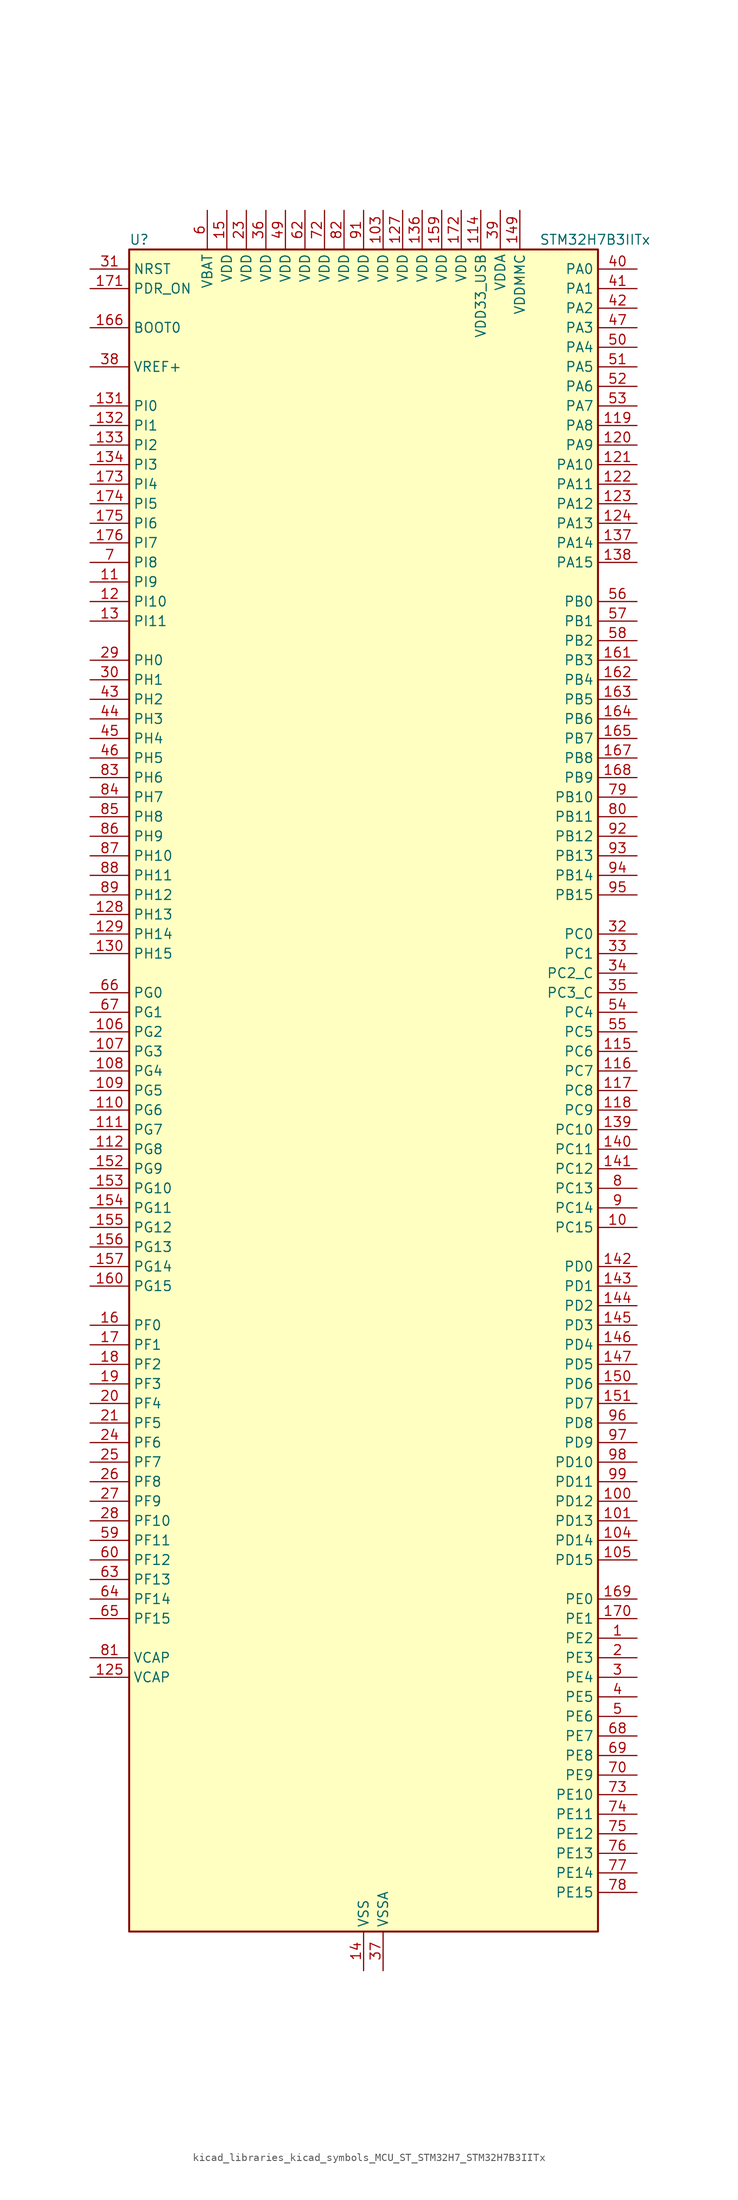
<source format=kicad_sym>
(kicad_symbol_lib
  (version 20220914)
  (generator kicad_symbol_editor)
  (symbol "kicad_libraries_kicad_symbols_MCU_ST_STM32H7_STM32H7B3IITx"
    (property "Reference" "U"
      (at -30.48 110.49 0)
      (effects (font (size 1.27 1.27)) (justify left)))
    (property "Value" "STM32H7B3IITx"
      (at 22.86 110.49 0)
      (effects (font (size 1.27 1.27)) (justify left)))
    (property "ki_locked" ""
      (at 0 0 0)
      (effects (font (size 1.27 1.27))))
    (symbol "kicad_libraries_kicad_symbols_MCU_ST_STM32H7_STM32H7B3IITx_0_1"
      (rectangle (start -30.48 -109.22) (end 30.48 109.22) (stroke (width 0.254) (type default)) (fill (type background))))
    (symbol "kicad_libraries_kicad_symbols_MCU_ST_STM32H7_STM32H7B3IITx_1_1"
      (pin bidirectional line (at 35.56 -71.12 180) (length 5.08) (name "PE2" (effects (font (size 1.27 1.27)))) (number "1" (effects (font (size 1.27 1.27)))) (alternate "DEBUG_TRACECLK" bidirectional line) (alternate "FMC_A23" bidirectional line) (alternate "OCTOSPIM_P1_IO2" bidirectional line) (alternate "SAI1_CK1" bidirectional line) (alternate "SAI1_MCLK_A" bidirectional line) (alternate "SPI4_SCK" bidirectional line) (alternate "USART10_RX" bidirectional line))
      (pin bidirectional line (at 35.56 -17.78 180) (length 5.08) (name "PC15" (effects (font (size 1.27 1.27)))) (number "10" (effects (font (size 1.27 1.27)))) (alternate "ADC1_EXTI15" bidirectional line) (alternate "ADC2_EXTI15" bidirectional line) (alternate "RCC_OSC32_OUT" bidirectional line))
      (pin bidirectional line (at 35.56 -53.34 180) (length 5.08) (name "PD12" (effects (font (size 1.27 1.27)))) (number "100" (effects (font (size 1.27 1.27)))) (alternate "DCMI_D12" bidirectional line) (alternate "FMC_A17" bidirectional line) (alternate "FMC_ALE" bidirectional line) (alternate "I2C4_SCL" bidirectional line) (alternate "LPTIM1_IN1" bidirectional line) (alternate "LPTIM2_IN1" bidirectional line) (alternate "OCTOSPIM_P1_IO1" bidirectional line) (alternate "PSSI_D12" bidirectional line) (alternate "SAI2_FS_A" bidirectional line) (alternate "TIM4_CH1" bidirectional line) (alternate "USART3_DE" bidirectional line) (alternate "USART3_RTS" bidirectional line))
      (pin bidirectional line (at 35.56 -55.88 180) (length 5.08) (name "PD13" (effects (font (size 1.27 1.27)))) (number "101" (effects (font (size 1.27 1.27)))) (alternate "DCMI_D13" bidirectional line) (alternate "FMC_A18" bidirectional line) (alternate "I2C4_SDA" bidirectional line) (alternate "LPTIM1_OUT" bidirectional line) (alternate "OCTOSPIM_P1_IO3" bidirectional line) (alternate "PSSI_D13" bidirectional line) (alternate "SAI2_SCK_A" bidirectional line) (alternate "TIM4_CH2" bidirectional line) (alternate "UART9_DE" bidirectional line) (alternate "UART9_RTS" bidirectional line))
      (pin passive line (at 0 -114.3 90) (length 5.08) hide (name "VSS" (effects (font (size 1.27 1.27)))) (number "102" (effects (font (size 1.27 1.27)))))
      (pin power_in line (at 2.54 114.3 270) (length 5.08) (name "VDD" (effects (font (size 1.27 1.27)))) (number "103" (effects (font (size 1.27 1.27)))))
      (pin bidirectional line (at 35.56 -58.42 180) (length 5.08) (name "PD14" (effects (font (size 1.27 1.27)))) (number "104" (effects (font (size 1.27 1.27)))) (alternate "FMC_D0" bidirectional line) (alternate "FMC_DA0" bidirectional line) (alternate "TIM4_CH3" bidirectional line) (alternate "UART8_CTS" bidirectional line) (alternate "UART9_RX" bidirectional line))
      (pin bidirectional line (at 35.56 -60.96 180) (length 5.08) (name "PD15" (effects (font (size 1.27 1.27)))) (number "105" (effects (font (size 1.27 1.27)))) (alternate "ADC1_EXTI15" bidirectional line) (alternate "ADC2_EXTI15" bidirectional line) (alternate "FMC_D1" bidirectional line) (alternate "FMC_DA1" bidirectional line) (alternate "TIM4_CH4" bidirectional line) (alternate "UART8_DE" bidirectional line) (alternate "UART8_RTS" bidirectional line) (alternate "UART9_TX" bidirectional line))
      (pin bidirectional line (at -35.56 7.62 0) (length 5.08) (name "PG2" (effects (font (size 1.27 1.27)))) (number "106" (effects (font (size 1.27 1.27)))) (alternate "FMC_A12" bidirectional line) (alternate "TIM8_BKIN" bidirectional line) (alternate "TIM8_BKIN_COMP1" bidirectional line) (alternate "TIM8_BKIN_COMP2" bidirectional line))
      (pin bidirectional line (at -35.56 5.08 0) (length 5.08) (name "PG3" (effects (font (size 1.27 1.27)))) (number "107" (effects (font (size 1.27 1.27)))) (alternate "FMC_A13" bidirectional line) (alternate "TIM8_BKIN2" bidirectional line) (alternate "TIM8_BKIN2_COMP1" bidirectional line) (alternate "TIM8_BKIN2_COMP2" bidirectional line))
      (pin bidirectional line (at -35.56 2.54 0) (length 5.08) (name "PG4" (effects (font (size 1.27 1.27)))) (number "108" (effects (font (size 1.27 1.27)))) (alternate "FMC_A14" bidirectional line) (alternate "FMC_BA0" bidirectional line) (alternate "TIM1_BKIN2" bidirectional line) (alternate "TIM1_BKIN2_COMP1" bidirectional line) (alternate "TIM1_BKIN2_COMP2" bidirectional line))
      (pin bidirectional line (at -35.56 0 0) (length 5.08) (name "PG5" (effects (font (size 1.27 1.27)))) (number "109" (effects (font (size 1.27 1.27)))) (alternate "FMC_A15" bidirectional line) (alternate "FMC_BA1" bidirectional line) (alternate "TIM1_ETR" bidirectional line))
      (pin bidirectional line (at -35.56 66.04 0) (length 5.08) (name "PI9" (effects (font (size 1.27 1.27)))) (number "11" (effects (font (size 1.27 1.27)))) (alternate "DAC1_EXTI9" bidirectional line) (alternate "FDCAN1_RX" bidirectional line) (alternate "FMC_D30" bidirectional line) (alternate "LTDC_VSYNC" bidirectional line) (alternate "OCTOSPIM_P2_IO0" bidirectional line) (alternate "UART4_RX" bidirectional line))
      (pin bidirectional line (at -35.56 -2.54 0) (length 5.08) (name "PG6" (effects (font (size 1.27 1.27)))) (number "110" (effects (font (size 1.27 1.27)))) (alternate "DCMI_D12" bidirectional line) (alternate "FMC_NE3" bidirectional line) (alternate "LTDC_R7" bidirectional line) (alternate "OCTOSPIM_P1_NCS" bidirectional line) (alternate "PSSI_D12" bidirectional line) (alternate "TIM17_BKIN" bidirectional line))
      (pin bidirectional line (at -35.56 -5.08 0) (length 5.08) (name "PG7" (effects (font (size 1.27 1.27)))) (number "111" (effects (font (size 1.27 1.27)))) (alternate "DCMI_D13" bidirectional line) (alternate "FMC_INT" bidirectional line) (alternate "LTDC_CLK" bidirectional line) (alternate "OCTOSPIM_P2_DQS" bidirectional line) (alternate "PSSI_D13" bidirectional line) (alternate "SAI1_MCLK_A" bidirectional line) (alternate "USART6_CK" bidirectional line))
      (pin bidirectional line (at -35.56 -7.62 0) (length 5.08) (name "PG8" (effects (font (size 1.27 1.27)))) (number "112" (effects (font (size 1.27 1.27)))) (alternate "FMC_SDCLK" bidirectional line) (alternate "I2S6_WS" bidirectional line) (alternate "LTDC_G7" bidirectional line) (alternate "SPDIFRX_IN2" bidirectional line) (alternate "SPI6_NSS" bidirectional line) (alternate "TIM8_ETR" bidirectional line) (alternate "USART6_DE" bidirectional line) (alternate "USART6_RTS" bidirectional line))
      (pin passive line (at 0 -114.3 90) (length 5.08) hide (name "VSS" (effects (font (size 1.27 1.27)))) (number "113" (effects (font (size 1.27 1.27)))))
      (pin power_in line (at 15.24 114.3 270) (length 5.08) (name "VDD33_USB" (effects (font (size 1.27 1.27)))) (number "114" (effects (font (size 1.27 1.27)))))
      (pin bidirectional line (at 35.56 5.08 180) (length 5.08) (name "PC6" (effects (font (size 1.27 1.27)))) (number "115" (effects (font (size 1.27 1.27)))) (alternate "DCMI_D0" bidirectional line) (alternate "DFSDM1_CKIN3" bidirectional line) (alternate "FMC_NWAIT" bidirectional line) (alternate "I2S2_MCK" bidirectional line) (alternate "LTDC_HSYNC" bidirectional line) (alternate "PSSI_D0" bidirectional line) (alternate "SDMMC1_D0DIR" bidirectional line) (alternate "SDMMC1_D6" bidirectional line) (alternate "SDMMC2_D6" bidirectional line) (alternate "SWPMI1_IO" bidirectional line) (alternate "TIM3_CH1" bidirectional line) (alternate "TIM8_CH1" bidirectional line) (alternate "USART6_TX" bidirectional line))
      (pin bidirectional line (at 35.56 2.54 180) (length 5.08) (name "PC7" (effects (font (size 1.27 1.27)))) (number "116" (effects (font (size 1.27 1.27)))) (alternate "DCMI_D1" bidirectional line) (alternate "DEBUG_TRGIO" bidirectional line) (alternate "DFSDM1_DATIN3" bidirectional line) (alternate "FMC_NE1" bidirectional line) (alternate "I2S3_MCK" bidirectional line) (alternate "LTDC_G6" bidirectional line) (alternate "PSSI_D1" bidirectional line) (alternate "SDMMC1_D123DIR" bidirectional line) (alternate "SDMMC1_D7" bidirectional line) (alternate "SDMMC2_D7" bidirectional line) (alternate "SWPMI1_TX" bidirectional line) (alternate "TIM3_CH2" bidirectional line) (alternate "TIM8_CH2" bidirectional line) (alternate "USART6_RX" bidirectional line))
      (pin bidirectional line (at 35.56 0 180) (length 5.08) (name "PC8" (effects (font (size 1.27 1.27)))) (number "117" (effects (font (size 1.27 1.27)))) (alternate "DCMI_D2" bidirectional line) (alternate "DEBUG_TRACED1" bidirectional line) (alternate "FMC_INT" bidirectional line) (alternate "FMC_NCE" bidirectional line) (alternate "FMC_NE2" bidirectional line) (alternate "PSSI_D2" bidirectional line) (alternate "SDMMC1_D0" bidirectional line) (alternate "SWPMI1_RX" bidirectional line) (alternate "TIM3_CH3" bidirectional line) (alternate "TIM8_CH3" bidirectional line) (alternate "UART5_DE" bidirectional line) (alternate "UART5_RTS" bidirectional line) (alternate "USART6_CK" bidirectional line))
      (pin bidirectional line (at 35.56 -2.54 180) (length 5.08) (name "PC9" (effects (font (size 1.27 1.27)))) (number "118" (effects (font (size 1.27 1.27)))) (alternate "DAC1_EXTI9" bidirectional line) (alternate "DCMI_D3" bidirectional line) (alternate "I2C3_SDA" bidirectional line) (alternate "I2S_CKIN" bidirectional line) (alternate "LTDC_B2" bidirectional line) (alternate "LTDC_G3" bidirectional line) (alternate "OCTOSPIM_P1_IO0" bidirectional line) (alternate "PSSI_D3" bidirectional line) (alternate "RCC_MCO_2" bidirectional line) (alternate "SDMMC1_D1" bidirectional line) (alternate "SWPMI1_SUSPEND" bidirectional line) (alternate "TIM3_CH4" bidirectional line) (alternate "TIM8_CH4" bidirectional line) (alternate "UART5_CTS" bidirectional line))
      (pin bidirectional line (at 35.56 86.36 180) (length 5.08) (name "PA8" (effects (font (size 1.27 1.27)))) (number "119" (effects (font (size 1.27 1.27)))) (alternate "I2C3_SCL" bidirectional line) (alternate "LTDC_B3" bidirectional line) (alternate "LTDC_R6" bidirectional line) (alternate "RCC_MCO_1" bidirectional line) (alternate "TIM1_CH1" bidirectional line) (alternate "TIM8_BKIN2" bidirectional line) (alternate "TIM8_BKIN2_COMP1" bidirectional line) (alternate "TIM8_BKIN2_COMP2" bidirectional line) (alternate "UART7_RX" bidirectional line) (alternate "USART1_CK" bidirectional line) (alternate "USB_OTG_HS_SOF" bidirectional line))
      (pin bidirectional line (at -35.56 63.5 0) (length 5.08) (name "PI10" (effects (font (size 1.27 1.27)))) (number "12" (effects (font (size 1.27 1.27)))) (alternate "FMC_D31" bidirectional line) (alternate "LTDC_HSYNC" bidirectional line) (alternate "OCTOSPIM_P2_IO1" bidirectional line) (alternate "PSSI_D14" bidirectional line))
      (pin bidirectional line (at 35.56 83.82 180) (length 5.08) (name "PA9" (effects (font (size 1.27 1.27)))) (number "120" (effects (font (size 1.27 1.27)))) (alternate "DAC1_EXTI9" bidirectional line) (alternate "DCMI_D0" bidirectional line) (alternate "I2C3_SMBA" bidirectional line) (alternate "I2S2_CK" bidirectional line) (alternate "LPUART1_TX" bidirectional line) (alternate "LTDC_R5" bidirectional line) (alternate "PSSI_D0" bidirectional line) (alternate "SPI2_SCK" bidirectional line) (alternate "TIM1_CH2" bidirectional line) (alternate "USART1_TX" bidirectional line) (alternate "USB_OTG_HS_VBUS" bidirectional line))
      (pin bidirectional line (at 35.56 81.28 180) (length 5.08) (name "PA10" (effects (font (size 1.27 1.27)))) (number "121" (effects (font (size 1.27 1.27)))) (alternate "DCMI_D1" bidirectional line) (alternate "LPUART1_RX" bidirectional line) (alternate "LTDC_B1" bidirectional line) (alternate "LTDC_B4" bidirectional line) (alternate "MDIOS_MDIO" bidirectional line) (alternate "PSSI_D1" bidirectional line) (alternate "TIM1_CH3" bidirectional line) (alternate "USART1_RX" bidirectional line) (alternate "USB_OTG_HS_ID" bidirectional line))
      (pin bidirectional line (at 35.56 78.74 180) (length 5.08) (name "PA11" (effects (font (size 1.27 1.27)))) (number "122" (effects (font (size 1.27 1.27)))) (alternate "ADC1_EXTI11" bidirectional line) (alternate "ADC2_EXTI11" bidirectional line) (alternate "FDCAN1_RX" bidirectional line) (alternate "I2S2_WS" bidirectional line) (alternate "LPUART1_CTS" bidirectional line) (alternate "LTDC_R4" bidirectional line) (alternate "SPI2_NSS" bidirectional line) (alternate "TIM1_CH4" bidirectional line) (alternate "UART4_RX" bidirectional line) (alternate "USART1_CTS" bidirectional line) (alternate "USART1_NSS" bidirectional line) (alternate "USB_OTG_HS_DM" bidirectional line))
      (pin bidirectional line (at 35.56 76.2 180) (length 5.08) (name "PA12" (effects (font (size 1.27 1.27)))) (number "123" (effects (font (size 1.27 1.27)))) (alternate "FDCAN1_TX" bidirectional line) (alternate "I2S2_CK" bidirectional line) (alternate "LPUART1_DE" bidirectional line) (alternate "LPUART1_RTS" bidirectional line) (alternate "LTDC_R5" bidirectional line) (alternate "SAI2_FS_B" bidirectional line) (alternate "SPI2_SCK" bidirectional line) (alternate "TIM1_ETR" bidirectional line) (alternate "UART4_TX" bidirectional line) (alternate "USART1_DE" bidirectional line) (alternate "USART1_RTS" bidirectional line) (alternate "USB_OTG_HS_DP" bidirectional line))
      (pin bidirectional line (at 35.56 73.66 180) (length 5.08) (name "PA13" (effects (font (size 1.27 1.27)))) (number "124" (effects (font (size 1.27 1.27)))) (alternate "DEBUG_JTMS-SWDIO" bidirectional line))
      (pin power_out line (at -35.56 -76.2 0) (length 5.08) (name "VCAP" (effects (font (size 1.27 1.27)))) (number "125" (effects (font (size 1.27 1.27)))))
      (pin passive line (at 0 -114.3 90) (length 5.08) hide (name "VSS" (effects (font (size 1.27 1.27)))) (number "126" (effects (font (size 1.27 1.27)))))
      (pin power_in line (at 5.08 114.3 270) (length 5.08) (name "VDD" (effects (font (size 1.27 1.27)))) (number "127" (effects (font (size 1.27 1.27)))))
      (pin bidirectional line (at -35.56 22.86 0) (length 5.08) (name "PH13" (effects (font (size 1.27 1.27)))) (number "128" (effects (font (size 1.27 1.27)))) (alternate "FDCAN1_TX" bidirectional line) (alternate "FMC_D21" bidirectional line) (alternate "LTDC_G2" bidirectional line) (alternate "TIM8_CH1N" bidirectional line) (alternate "UART4_TX" bidirectional line))
      (pin bidirectional line (at -35.56 20.32 0) (length 5.08) (name "PH14" (effects (font (size 1.27 1.27)))) (number "129" (effects (font (size 1.27 1.27)))) (alternate "DCMI_D4" bidirectional line) (alternate "FDCAN1_RX" bidirectional line) (alternate "FMC_D22" bidirectional line) (alternate "LTDC_G3" bidirectional line) (alternate "PSSI_D4" bidirectional line) (alternate "TIM8_CH2N" bidirectional line) (alternate "UART4_RX" bidirectional line))
      (pin bidirectional line (at -35.56 60.96 0) (length 5.08) (name "PI11" (effects (font (size 1.27 1.27)))) (number "13" (effects (font (size 1.27 1.27)))) (alternate "ADC1_EXTI11" bidirectional line) (alternate "ADC2_EXTI11" bidirectional line) (alternate "LTDC_G6" bidirectional line) (alternate "OCTOSPIM_P2_IO2" bidirectional line) (alternate "PSSI_D15" bidirectional line) (alternate "PWR_WKUP5" bidirectional line) (alternate "USB_OTG_HS_ULPI_DIR" bidirectional line))
      (pin bidirectional line (at -35.56 17.78 0) (length 5.08) (name "PH15" (effects (font (size 1.27 1.27)))) (number "130" (effects (font (size 1.27 1.27)))) (alternate "ADC1_EXTI15" bidirectional line) (alternate "ADC2_EXTI15" bidirectional line) (alternate "DCMI_D11" bidirectional line) (alternate "FMC_D23" bidirectional line) (alternate "LTDC_G4" bidirectional line) (alternate "PSSI_D11" bidirectional line) (alternate "TIM8_CH3N" bidirectional line))
      (pin bidirectional line (at -35.56 88.9 0) (length 5.08) (name "PI0" (effects (font (size 1.27 1.27)))) (number "131" (effects (font (size 1.27 1.27)))) (alternate "DCMI_D13" bidirectional line) (alternate "FMC_D24" bidirectional line) (alternate "I2S2_WS" bidirectional line) (alternate "LTDC_G5" bidirectional line) (alternate "PSSI_D13" bidirectional line) (alternate "SPI2_NSS" bidirectional line) (alternate "TIM5_CH4" bidirectional line))
      (pin bidirectional line (at -35.56 86.36 0) (length 5.08) (name "PI1" (effects (font (size 1.27 1.27)))) (number "132" (effects (font (size 1.27 1.27)))) (alternate "DCMI_D8" bidirectional line) (alternate "FMC_D25" bidirectional line) (alternate "I2S2_CK" bidirectional line) (alternate "LTDC_G6" bidirectional line) (alternate "PSSI_D8" bidirectional line) (alternate "SPI2_SCK" bidirectional line) (alternate "TIM8_BKIN2" bidirectional line) (alternate "TIM8_BKIN2_COMP1" bidirectional line) (alternate "TIM8_BKIN2_COMP2" bidirectional line))
      (pin bidirectional line (at -35.56 83.82 0) (length 5.08) (name "PI2" (effects (font (size 1.27 1.27)))) (number "133" (effects (font (size 1.27 1.27)))) (alternate "DCMI_D9" bidirectional line) (alternate "FMC_D26" bidirectional line) (alternate "I2S2_SDI" bidirectional line) (alternate "LTDC_G7" bidirectional line) (alternate "PSSI_D9" bidirectional line) (alternate "SPI2_MISO" bidirectional line) (alternate "TIM8_CH4" bidirectional line))
      (pin bidirectional line (at -35.56 81.28 0) (length 5.08) (name "PI3" (effects (font (size 1.27 1.27)))) (number "134" (effects (font (size 1.27 1.27)))) (alternate "DCMI_D10" bidirectional line) (alternate "FMC_D27" bidirectional line) (alternate "I2S2_SDO" bidirectional line) (alternate "PSSI_D10" bidirectional line) (alternate "SPI2_MOSI" bidirectional line) (alternate "TIM8_ETR" bidirectional line))
      (pin passive line (at 0 -114.3 90) (length 5.08) hide (name "VSS" (effects (font (size 1.27 1.27)))) (number "135" (effects (font (size 1.27 1.27)))))
      (pin power_in line (at 7.62 114.3 270) (length 5.08) (name "VDD" (effects (font (size 1.27 1.27)))) (number "136" (effects (font (size 1.27 1.27)))))
      (pin bidirectional line (at 35.56 71.12 180) (length 5.08) (name "PA14" (effects (font (size 1.27 1.27)))) (number "137" (effects (font (size 1.27 1.27)))) (alternate "DEBUG_JTCK-SWCLK" bidirectional line))
      (pin bidirectional line (at 35.56 68.58 180) (length 5.08) (name "PA15" (effects (font (size 1.27 1.27)))) (number "138" (effects (font (size 1.27 1.27)))) (alternate "ADC1_EXTI15" bidirectional line) (alternate "ADC2_EXTI15" bidirectional line) (alternate "CEC" bidirectional line) (alternate "DEBUG_JTDI" bidirectional line) (alternate "I2S1_WS" bidirectional line) (alternate "I2S3_WS" bidirectional line) (alternate "I2S6_WS" bidirectional line) (alternate "LTDC_B6" bidirectional line) (alternate "LTDC_R3" bidirectional line) (alternate "SPI1_NSS" bidirectional line) (alternate "SPI3_NSS" bidirectional line) (alternate "SPI6_NSS" bidirectional line) (alternate "TIM2_CH1" bidirectional line) (alternate "TIM2_ETR" bidirectional line) (alternate "UART4_DE" bidirectional line) (alternate "UART4_RTS" bidirectional line) (alternate "UART7_TX" bidirectional line))
      (pin bidirectional line (at 35.56 -5.08 180) (length 5.08) (name "PC10" (effects (font (size 1.27 1.27)))) (number "139" (effects (font (size 1.27 1.27)))) (alternate "DCMI_D8" bidirectional line) (alternate "DFSDM1_CKIN5" bidirectional line) (alternate "DFSDM2_CKIN0" bidirectional line) (alternate "I2S3_CK" bidirectional line) (alternate "LTDC_B1" bidirectional line) (alternate "LTDC_R2" bidirectional line) (alternate "OCTOSPIM_P1_IO1" bidirectional line) (alternate "PSSI_D8" bidirectional line) (alternate "SDMMC1_D2" bidirectional line) (alternate "SPI3_SCK" bidirectional line) (alternate "SWPMI1_RX" bidirectional line) (alternate "UART4_TX" bidirectional line) (alternate "USART3_TX" bidirectional line))
      (pin power_in line (at 0 -114.3 90) (length 5.08) (name "VSS" (effects (font (size 1.27 1.27)))) (number "14" (effects (font (size 1.27 1.27)))))
      (pin bidirectional line (at 35.56 -7.62 180) (length 5.08) (name "PC11" (effects (font (size 1.27 1.27)))) (number "140" (effects (font (size 1.27 1.27)))) (alternate "ADC1_EXTI11" bidirectional line) (alternate "ADC2_EXTI11" bidirectional line) (alternate "DCMI_D4" bidirectional line) (alternate "DFSDM1_DATIN5" bidirectional line) (alternate "DFSDM2_DATIN0" bidirectional line) (alternate "I2S3_SDI" bidirectional line) (alternate "LTDC_B4" bidirectional line) (alternate "OCTOSPIM_P1_NCS" bidirectional line) (alternate "PSSI_D4" bidirectional line) (alternate "SDMMC1_D3" bidirectional line) (alternate "SPI3_MISO" bidirectional line) (alternate "UART4_RX" bidirectional line) (alternate "USART3_RX" bidirectional line))
      (pin bidirectional line (at 35.56 -10.16 180) (length 5.08) (name "PC12" (effects (font (size 1.27 1.27)))) (number "141" (effects (font (size 1.27 1.27)))) (alternate "DCMI_D9" bidirectional line) (alternate "DEBUG_TRACED3" bidirectional line) (alternate "DFSDM2_CKOUT" bidirectional line) (alternate "I2S3_SDO" bidirectional line) (alternate "I2S6_CK" bidirectional line) (alternate "LTDC_R6" bidirectional line) (alternate "PSSI_D9" bidirectional line) (alternate "SDMMC1_CK" bidirectional line) (alternate "SPI3_MOSI" bidirectional line) (alternate "SPI6_SCK" bidirectional line) (alternate "TIM15_CH1" bidirectional line) (alternate "UART5_TX" bidirectional line) (alternate "USART3_CK" bidirectional line))
      (pin bidirectional line (at 35.56 -22.86 180) (length 5.08) (name "PD0" (effects (font (size 1.27 1.27)))) (number "142" (effects (font (size 1.27 1.27)))) (alternate "DFSDM1_CKIN6" bidirectional line) (alternate "FDCAN1_RX" bidirectional line) (alternate "FMC_D2" bidirectional line) (alternate "FMC_DA2" bidirectional line) (alternate "LTDC_B1" bidirectional line) (alternate "UART4_RX" bidirectional line) (alternate "UART9_CTS" bidirectional line))
      (pin bidirectional line (at 35.56 -25.4 180) (length 5.08) (name "PD1" (effects (font (size 1.27 1.27)))) (number "143" (effects (font (size 1.27 1.27)))) (alternate "DFSDM1_DATIN6" bidirectional line) (alternate "FDCAN1_TX" bidirectional line) (alternate "FMC_D3" bidirectional line) (alternate "FMC_DA3" bidirectional line) (alternate "UART4_TX" bidirectional line))
      (pin bidirectional line (at 35.56 -27.94 180) (length 5.08) (name "PD2" (effects (font (size 1.27 1.27)))) (number "144" (effects (font (size 1.27 1.27)))) (alternate "DCMI_D11" bidirectional line) (alternate "DEBUG_TRACED2" bidirectional line) (alternate "LTDC_B2" bidirectional line) (alternate "LTDC_B7" bidirectional line) (alternate "PSSI_D11" bidirectional line) (alternate "SDMMC1_CMD" bidirectional line) (alternate "TIM15_BKIN" bidirectional line) (alternate "TIM3_ETR" bidirectional line) (alternate "UART5_RX" bidirectional line))
      (pin bidirectional line (at 35.56 -30.48 180) (length 5.08) (name "PD3" (effects (font (size 1.27 1.27)))) (number "145" (effects (font (size 1.27 1.27)))) (alternate "DCMI_D5" bidirectional line) (alternate "DFSDM1_CKOUT" bidirectional line) (alternate "FMC_CLK" bidirectional line) (alternate "I2S2_CK" bidirectional line) (alternate "LTDC_G7" bidirectional line) (alternate "PSSI_D5" bidirectional line) (alternate "SPI2_SCK" bidirectional line) (alternate "USART2_CTS" bidirectional line) (alternate "USART2_NSS" bidirectional line))
      (pin bidirectional line (at 35.56 -33.02 180) (length 5.08) (name "PD4" (effects (font (size 1.27 1.27)))) (number "146" (effects (font (size 1.27 1.27)))) (alternate "FMC_NOE" bidirectional line) (alternate "OCTOSPIM_P1_IO4" bidirectional line) (alternate "USART2_DE" bidirectional line) (alternate "USART2_RTS" bidirectional line))
      (pin bidirectional line (at 35.56 -35.56 180) (length 5.08) (name "PD5" (effects (font (size 1.27 1.27)))) (number "147" (effects (font (size 1.27 1.27)))) (alternate "FMC_NWE" bidirectional line) (alternate "OCTOSPIM_P1_IO5" bidirectional line) (alternate "USART2_TX" bidirectional line))
      (pin passive line (at 0 -114.3 90) (length 5.08) hide (name "VSS" (effects (font (size 1.27 1.27)))) (number "148" (effects (font (size 1.27 1.27)))))
      (pin power_in line (at 20.32 114.3 270) (length 5.08) (name "VDDMMC" (effects (font (size 1.27 1.27)))) (number "149" (effects (font (size 1.27 1.27)))))
      (pin power_in line (at -17.78 114.3 270) (length 5.08) (name "VDD" (effects (font (size 1.27 1.27)))) (number "15" (effects (font (size 1.27 1.27)))))
      (pin bidirectional line (at 35.56 -38.1 180) (length 5.08) (name "PD6" (effects (font (size 1.27 1.27)))) (number "150" (effects (font (size 1.27 1.27)))) (alternate "DCMI_D10" bidirectional line) (alternate "DFSDM1_CKIN4" bidirectional line) (alternate "DFSDM1_DATIN1" bidirectional line) (alternate "FMC_NWAIT" bidirectional line) (alternate "I2S3_SDO" bidirectional line) (alternate "LTDC_B2" bidirectional line) (alternate "OCTOSPIM_P1_IO6" bidirectional line) (alternate "PSSI_D10" bidirectional line) (alternate "SAI1_D1" bidirectional line) (alternate "SAI1_SD_A" bidirectional line) (alternate "SDMMC2_CK" bidirectional line) (alternate "SPI3_MOSI" bidirectional line) (alternate "USART2_RX" bidirectional line))
      (pin bidirectional line (at 35.56 -40.64 180) (length 5.08) (name "PD7" (effects (font (size 1.27 1.27)))) (number "151" (effects (font (size 1.27 1.27)))) (alternate "DFSDM1_CKIN1" bidirectional line) (alternate "DFSDM1_DATIN4" bidirectional line) (alternate "FMC_NE1" bidirectional line) (alternate "I2S1_SDO" bidirectional line) (alternate "OCTOSPIM_P1_IO7" bidirectional line) (alternate "SDMMC2_CMD" bidirectional line) (alternate "SPDIFRX_IN0" bidirectional line) (alternate "SPI1_MOSI" bidirectional line) (alternate "USART2_CK" bidirectional line))
      (pin bidirectional line (at -35.56 -10.16 0) (length 5.08) (name "PG9" (effects (font (size 1.27 1.27)))) (number "152" (effects (font (size 1.27 1.27)))) (alternate "DAC1_EXTI9" bidirectional line) (alternate "DCMI_VSYNC" bidirectional line) (alternate "FMC_NCE" bidirectional line) (alternate "FMC_NE2" bidirectional line) (alternate "I2S1_SDI" bidirectional line) (alternate "OCTOSPIM_P1_IO6" bidirectional line) (alternate "PSSI_RDY" bidirectional line) (alternate "SAI2_FS_B" bidirectional line) (alternate "SDMMC2_D0" bidirectional line) (alternate "SPDIFRX_IN3" bidirectional line) (alternate "SPI1_MISO" bidirectional line) (alternate "USART6_RX" bidirectional line))
      (pin bidirectional line (at -35.56 -12.7 0) (length 5.08) (name "PG10" (effects (font (size 1.27 1.27)))) (number "153" (effects (font (size 1.27 1.27)))) (alternate "DCMI_D2" bidirectional line) (alternate "FMC_NE3" bidirectional line) (alternate "I2S1_WS" bidirectional line) (alternate "LTDC_B2" bidirectional line) (alternate "LTDC_G3" bidirectional line) (alternate "OCTOSPIM_P2_IO6" bidirectional line) (alternate "PSSI_D2" bidirectional line) (alternate "SAI2_SD_B" bidirectional line) (alternate "SDMMC2_D1" bidirectional line) (alternate "SPI1_NSS" bidirectional line))
      (pin bidirectional line (at -35.56 -15.24 0) (length 5.08) (name "PG11" (effects (font (size 1.27 1.27)))) (number "154" (effects (font (size 1.27 1.27)))) (alternate "ADC1_EXTI11" bidirectional line) (alternate "ADC2_EXTI11" bidirectional line) (alternate "DCMI_D3" bidirectional line) (alternate "I2S1_CK" bidirectional line) (alternate "LPTIM1_IN2" bidirectional line) (alternate "LTDC_B3" bidirectional line) (alternate "OCTOSPIM_P2_IO7" bidirectional line) (alternate "PSSI_D3" bidirectional line) (alternate "SDMMC2_D2" bidirectional line) (alternate "SPDIFRX_IN0" bidirectional line) (alternate "SPI1_SCK" bidirectional line) (alternate "USART10_RX" bidirectional line))
      (pin bidirectional line (at -35.56 -17.78 0) (length 5.08) (name "PG12" (effects (font (size 1.27 1.27)))) (number "155" (effects (font (size 1.27 1.27)))) (alternate "FMC_NE4" bidirectional line) (alternate "I2S6_SDI" bidirectional line) (alternate "LPTIM1_IN1" bidirectional line) (alternate "LTDC_B1" bidirectional line) (alternate "LTDC_B4" bidirectional line) (alternate "OCTOSPIM_P2_NCS" bidirectional line) (alternate "SDMMC2_D3" bidirectional line) (alternate "SPDIFRX_IN1" bidirectional line) (alternate "SPI6_MISO" bidirectional line) (alternate "USART10_TX" bidirectional line) (alternate "USART6_DE" bidirectional line) (alternate "USART6_RTS" bidirectional line))
      (pin bidirectional line (at -35.56 -20.32 0) (length 5.08) (name "PG13" (effects (font (size 1.27 1.27)))) (number "156" (effects (font (size 1.27 1.27)))) (alternate "DEBUG_TRACED0" bidirectional line) (alternate "FMC_A24" bidirectional line) (alternate "I2S6_CK" bidirectional line) (alternate "LPTIM1_OUT" bidirectional line) (alternate "LTDC_R0" bidirectional line) (alternate "SDMMC2_D6" bidirectional line) (alternate "SPI6_SCK" bidirectional line) (alternate "USART10_CTS" bidirectional line) (alternate "USART10_NSS" bidirectional line) (alternate "USART6_CTS" bidirectional line) (alternate "USART6_NSS" bidirectional line))
      (pin bidirectional line (at -35.56 -22.86 0) (length 5.08) (name "PG14" (effects (font (size 1.27 1.27)))) (number "157" (effects (font (size 1.27 1.27)))) (alternate "DEBUG_TRACED1" bidirectional line) (alternate "FMC_A25" bidirectional line) (alternate "I2S6_SDO" bidirectional line) (alternate "LPTIM1_ETR" bidirectional line) (alternate "LTDC_B0" bidirectional line) (alternate "OCTOSPIM_P1_IO7" bidirectional line) (alternate "SDMMC2_D7" bidirectional line) (alternate "SPI6_MOSI" bidirectional line) (alternate "USART10_DE" bidirectional line) (alternate "USART10_RTS" bidirectional line) (alternate "USART6_TX" bidirectional line))
      (pin passive line (at 0 -114.3 90) (length 5.08) hide (name "VSS" (effects (font (size 1.27 1.27)))) (number "158" (effects (font (size 1.27 1.27)))))
      (pin power_in line (at 10.16 114.3 270) (length 5.08) (name "VDD" (effects (font (size 1.27 1.27)))) (number "159" (effects (font (size 1.27 1.27)))))
      (pin bidirectional line (at -35.56 -30.48 0) (length 5.08) (name "PF0" (effects (font (size 1.27 1.27)))) (number "16" (effects (font (size 1.27 1.27)))) (alternate "FMC_A0" bidirectional line) (alternate "I2C2_SDA" bidirectional line) (alternate "OCTOSPIM_P2_IO0" bidirectional line))
      (pin bidirectional line (at -35.56 -25.4 0) (length 5.08) (name "PG15" (effects (font (size 1.27 1.27)))) (number "160" (effects (font (size 1.27 1.27)))) (alternate "ADC1_EXTI15" bidirectional line) (alternate "ADC2_EXTI15" bidirectional line) (alternate "DCMI_D13" bidirectional line) (alternate "FMC_SDNCAS" bidirectional line) (alternate "OCTOSPIM_P2_DQS" bidirectional line) (alternate "PSSI_D13" bidirectional line) (alternate "USART10_CK" bidirectional line) (alternate "USART6_CTS" bidirectional line) (alternate "USART6_NSS" bidirectional line))
      (pin bidirectional line (at 35.56 55.88 180) (length 5.08) (name "PB3" (effects (font (size 1.27 1.27)))) (number "161" (effects (font (size 1.27 1.27)))) (alternate "CRS_SYNC" bidirectional line) (alternate "DEBUG_JTDO-SWO" bidirectional line) (alternate "I2S1_CK" bidirectional line) (alternate "I2S3_CK" bidirectional line) (alternate "I2S6_CK" bidirectional line) (alternate "SDMMC2_D2" bidirectional line) (alternate "SPI1_SCK" bidirectional line) (alternate "SPI3_SCK" bidirectional line) (alternate "SPI6_SCK" bidirectional line) (alternate "TIM2_CH2" bidirectional line) (alternate "UART7_RX" bidirectional line))
      (pin bidirectional line (at 35.56 53.34 180) (length 5.08) (name "PB4" (effects (font (size 1.27 1.27)))) (number "162" (effects (font (size 1.27 1.27)))) (alternate "DEBUG_JTRST" bidirectional line) (alternate "I2S1_SDI" bidirectional line) (alternate "I2S2_WS" bidirectional line) (alternate "I2S3_SDI" bidirectional line) (alternate "I2S6_SDI" bidirectional line) (alternate "SDMMC2_D3" bidirectional line) (alternate "SPI1_MISO" bidirectional line) (alternate "SPI2_NSS" bidirectional line) (alternate "SPI3_MISO" bidirectional line) (alternate "SPI6_MISO" bidirectional line) (alternate "TIM16_BKIN" bidirectional line) (alternate "TIM3_CH1" bidirectional line) (alternate "UART7_TX" bidirectional line))
      (pin bidirectional line (at 35.56 50.8 180) (length 5.08) (name "PB5" (effects (font (size 1.27 1.27)))) (number "163" (effects (font (size 1.27 1.27)))) (alternate "DCMI_D10" bidirectional line) (alternate "FDCAN2_RX" bidirectional line) (alternate "FMC_SDCKE1" bidirectional line) (alternate "I2C1_SMBA" bidirectional line) (alternate "I2C4_SMBA" bidirectional line) (alternate "I2S1_SDO" bidirectional line) (alternate "I2S3_SDO" bidirectional line) (alternate "I2S6_SDO" bidirectional line) (alternate "LTDC_B5" bidirectional line) (alternate "PSSI_D10" bidirectional line) (alternate "SPI1_MOSI" bidirectional line) (alternate "SPI3_MOSI" bidirectional line) (alternate "SPI6_MOSI" bidirectional line) (alternate "TIM17_BKIN" bidirectional line) (alternate "TIM3_CH2" bidirectional line) (alternate "UART5_RX" bidirectional line) (alternate "USB_OTG_HS_ULPI_D7" bidirectional line))
      (pin bidirectional line (at 35.56 48.26 180) (length 5.08) (name "PB6" (effects (font (size 1.27 1.27)))) (number "164" (effects (font (size 1.27 1.27)))) (alternate "CEC" bidirectional line) (alternate "DCMI_D5" bidirectional line) (alternate "DFSDM1_DATIN5" bidirectional line) (alternate "FDCAN2_TX" bidirectional line) (alternate "FMC_SDNE1" bidirectional line) (alternate "I2C1_SCL" bidirectional line) (alternate "I2C4_SCL" bidirectional line) (alternate "LPUART1_TX" bidirectional line) (alternate "OCTOSPIM_P1_NCS" bidirectional line) (alternate "PSSI_D5" bidirectional line) (alternate "TIM16_CH1N" bidirectional line) (alternate "TIM4_CH1" bidirectional line) (alternate "UART5_TX" bidirectional line) (alternate "USART1_TX" bidirectional line))
      (pin bidirectional line (at 35.56 45.72 180) (length 5.08) (name "PB7" (effects (font (size 1.27 1.27)))) (number "165" (effects (font (size 1.27 1.27)))) (alternate "DCMI_VSYNC" bidirectional line) (alternate "DFSDM1_CKIN5" bidirectional line) (alternate "FMC_NL" bidirectional line) (alternate "I2C1_SDA" bidirectional line) (alternate "I2C4_SDA" bidirectional line) (alternate "LPUART1_RX" bidirectional line) (alternate "PSSI_RDY" bidirectional line) (alternate "PWR_PVD_IN" bidirectional line) (alternate "TIM17_CH1N" bidirectional line) (alternate "TIM4_CH2" bidirectional line) (alternate "USART1_RX" bidirectional line))
      (pin input line (at -35.56 99.06 0) (length 5.08) (name "BOOT0" (effects (font (size 1.27 1.27)))) (number "166" (effects (font (size 1.27 1.27)))))
      (pin bidirectional line (at 35.56 43.18 180) (length 5.08) (name "PB8" (effects (font (size 1.27 1.27)))) (number "167" (effects (font (size 1.27 1.27)))) (alternate "DCMI_D6" bidirectional line) (alternate "DFSDM1_CKIN7" bidirectional line) (alternate "FDCAN1_RX" bidirectional line) (alternate "I2C1_SCL" bidirectional line) (alternate "I2C4_SCL" bidirectional line) (alternate "LTDC_B6" bidirectional line) (alternate "PSSI_D6" bidirectional line) (alternate "SDMMC1_CKIN" bidirectional line) (alternate "SDMMC1_D4" bidirectional line) (alternate "SDMMC2_D4" bidirectional line) (alternate "TIM16_CH1" bidirectional line) (alternate "TIM4_CH3" bidirectional line) (alternate "UART4_RX" bidirectional line))
      (pin bidirectional line (at 35.56 40.64 180) (length 5.08) (name "PB9" (effects (font (size 1.27 1.27)))) (number "168" (effects (font (size 1.27 1.27)))) (alternate "DAC1_EXTI9" bidirectional line) (alternate "DCMI_D7" bidirectional line) (alternate "DFSDM1_DATIN7" bidirectional line) (alternate "FDCAN1_TX" bidirectional line) (alternate "I2C1_SDA" bidirectional line) (alternate "I2C4_SDA" bidirectional line) (alternate "I2C4_SMBA" bidirectional line) (alternate "I2S2_WS" bidirectional line) (alternate "LTDC_B7" bidirectional line) (alternate "PSSI_D7" bidirectional line) (alternate "SDMMC1_CDIR" bidirectional line) (alternate "SDMMC1_D5" bidirectional line) (alternate "SDMMC2_D5" bidirectional line) (alternate "SPI2_NSS" bidirectional line) (alternate "TIM17_CH1" bidirectional line) (alternate "TIM4_CH4" bidirectional line) (alternate "UART4_TX" bidirectional line))
      (pin bidirectional line (at 35.56 -66.04 180) (length 5.08) (name "PE0" (effects (font (size 1.27 1.27)))) (number "169" (effects (font (size 1.27 1.27)))) (alternate "DCMI_D2" bidirectional line) (alternate "FMC_NBL0" bidirectional line) (alternate "LPTIM1_ETR" bidirectional line) (alternate "LPTIM2_ETR" bidirectional line) (alternate "LTDC_R0" bidirectional line) (alternate "PSSI_D2" bidirectional line) (alternate "SAI2_MCLK_A" bidirectional line) (alternate "TIM4_ETR" bidirectional line) (alternate "UART8_RX" bidirectional line))
      (pin bidirectional line (at -35.56 -33.02 0) (length 5.08) (name "PF1" (effects (font (size 1.27 1.27)))) (number "17" (effects (font (size 1.27 1.27)))) (alternate "FMC_A1" bidirectional line) (alternate "I2C2_SCL" bidirectional line) (alternate "OCTOSPIM_P2_IO1" bidirectional line))
      (pin bidirectional line (at 35.56 -68.58 180) (length 5.08) (name "PE1" (effects (font (size 1.27 1.27)))) (number "170" (effects (font (size 1.27 1.27)))) (alternate "DCMI_D3" bidirectional line) (alternate "FMC_NBL1" bidirectional line) (alternate "LPTIM1_IN2" bidirectional line) (alternate "LTDC_R6" bidirectional line) (alternate "PSSI_D3" bidirectional line) (alternate "UART8_TX" bidirectional line))
      (pin input line (at -35.56 104.14 0) (length 5.08) (name "PDR_ON" (effects (font (size 1.27 1.27)))) (number "171" (effects (font (size 1.27 1.27)))))
      (pin power_in line (at 12.7 114.3 270) (length 5.08) (name "VDD" (effects (font (size 1.27 1.27)))) (number "172" (effects (font (size 1.27 1.27)))))
      (pin bidirectional line (at -35.56 78.74 0) (length 5.08) (name "PI4" (effects (font (size 1.27 1.27)))) (number "173" (effects (font (size 1.27 1.27)))) (alternate "DCMI_D5" bidirectional line) (alternate "FMC_NBL2" bidirectional line) (alternate "LTDC_B4" bidirectional line) (alternate "PSSI_D5" bidirectional line) (alternate "SAI2_MCLK_A" bidirectional line) (alternate "TIM8_BKIN" bidirectional line) (alternate "TIM8_BKIN_COMP1" bidirectional line) (alternate "TIM8_BKIN_COMP2" bidirectional line))
      (pin bidirectional line (at -35.56 76.2 0) (length 5.08) (name "PI5" (effects (font (size 1.27 1.27)))) (number "174" (effects (font (size 1.27 1.27)))) (alternate "DCMI_VSYNC" bidirectional line) (alternate "FMC_NBL3" bidirectional line) (alternate "LTDC_B5" bidirectional line) (alternate "PSSI_RDY" bidirectional line) (alternate "SAI2_SCK_A" bidirectional line) (alternate "TIM8_CH1" bidirectional line))
      (pin bidirectional line (at -35.56 73.66 0) (length 5.08) (name "PI6" (effects (font (size 1.27 1.27)))) (number "175" (effects (font (size 1.27 1.27)))) (alternate "DCMI_D6" bidirectional line) (alternate "FMC_D28" bidirectional line) (alternate "LTDC_B6" bidirectional line) (alternate "PSSI_D6" bidirectional line) (alternate "SAI2_SD_A" bidirectional line) (alternate "TIM8_CH2" bidirectional line))
      (pin bidirectional line (at -35.56 71.12 0) (length 5.08) (name "PI7" (effects (font (size 1.27 1.27)))) (number "176" (effects (font (size 1.27 1.27)))) (alternate "DCMI_D7" bidirectional line) (alternate "FMC_D29" bidirectional line) (alternate "LTDC_B7" bidirectional line) (alternate "PSSI_D7" bidirectional line) (alternate "SAI2_FS_A" bidirectional line) (alternate "TIM8_CH3" bidirectional line))
      (pin bidirectional line (at -35.56 -35.56 0) (length 5.08) (name "PF2" (effects (font (size 1.27 1.27)))) (number "18" (effects (font (size 1.27 1.27)))) (alternate "FMC_A2" bidirectional line) (alternate "I2C2_SMBA" bidirectional line) (alternate "OCTOSPIM_P2_IO2" bidirectional line))
      (pin bidirectional line (at -35.56 -38.1 0) (length 5.08) (name "PF3" (effects (font (size 1.27 1.27)))) (number "19" (effects (font (size 1.27 1.27)))) (alternate "FMC_A3" bidirectional line) (alternate "OCTOSPIM_P2_IO3" bidirectional line))
      (pin bidirectional line (at 35.56 -73.66 180) (length 5.08) (name "PE3" (effects (font (size 1.27 1.27)))) (number "2" (effects (font (size 1.27 1.27)))) (alternate "DEBUG_TRACED0" bidirectional line) (alternate "FMC_A19" bidirectional line) (alternate "SAI1_SD_B" bidirectional line) (alternate "TIM15_BKIN" bidirectional line) (alternate "USART10_TX" bidirectional line))
      (pin bidirectional line (at -35.56 -40.64 0) (length 5.08) (name "PF4" (effects (font (size 1.27 1.27)))) (number "20" (effects (font (size 1.27 1.27)))) (alternate "FMC_A4" bidirectional line) (alternate "OCTOSPIM_P2_CLK" bidirectional line))
      (pin bidirectional line (at -35.56 -43.18 0) (length 5.08) (name "PF5" (effects (font (size 1.27 1.27)))) (number "21" (effects (font (size 1.27 1.27)))) (alternate "FMC_A5" bidirectional line) (alternate "OCTOSPIM_P2_NCLK" bidirectional line))
      (pin passive line (at 0 -114.3 90) (length 5.08) hide (name "VSS" (effects (font (size 1.27 1.27)))) (number "22" (effects (font (size 1.27 1.27)))))
      (pin power_in line (at -15.24 114.3 270) (length 5.08) (name "VDD" (effects (font (size 1.27 1.27)))) (number "23" (effects (font (size 1.27 1.27)))))
      (pin bidirectional line (at -35.56 -45.72 0) (length 5.08) (name "PF6" (effects (font (size 1.27 1.27)))) (number "24" (effects (font (size 1.27 1.27)))) (alternate "OCTOSPIM_P1_IO3" bidirectional line) (alternate "SAI1_SD_B" bidirectional line) (alternate "SPI5_NSS" bidirectional line) (alternate "TIM16_CH1" bidirectional line) (alternate "UART7_RX" bidirectional line))
      (pin bidirectional line (at -35.56 -48.26 0) (length 5.08) (name "PF7" (effects (font (size 1.27 1.27)))) (number "25" (effects (font (size 1.27 1.27)))) (alternate "OCTOSPIM_P1_IO2" bidirectional line) (alternate "SAI1_MCLK_B" bidirectional line) (alternate "SPI5_SCK" bidirectional line) (alternate "TIM17_CH1" bidirectional line) (alternate "UART7_TX" bidirectional line))
      (pin bidirectional line (at -35.56 -50.8 0) (length 5.08) (name "PF8" (effects (font (size 1.27 1.27)))) (number "26" (effects (font (size 1.27 1.27)))) (alternate "OCTOSPIM_P1_IO0" bidirectional line) (alternate "SAI1_SCK_B" bidirectional line) (alternate "SPI5_MISO" bidirectional line) (alternate "TIM13_CH1" bidirectional line) (alternate "TIM16_CH1N" bidirectional line) (alternate "UART7_DE" bidirectional line) (alternate "UART7_RTS" bidirectional line))
      (pin bidirectional line (at -35.56 -53.34 0) (length 5.08) (name "PF9" (effects (font (size 1.27 1.27)))) (number "27" (effects (font (size 1.27 1.27)))) (alternate "DAC1_EXTI9" bidirectional line) (alternate "OCTOSPIM_P1_IO1" bidirectional line) (alternate "SAI1_FS_B" bidirectional line) (alternate "SPI5_MOSI" bidirectional line) (alternate "TIM14_CH1" bidirectional line) (alternate "TIM17_CH1N" bidirectional line) (alternate "UART7_CTS" bidirectional line))
      (pin bidirectional line (at -35.56 -55.88 0) (length 5.08) (name "PF10" (effects (font (size 1.27 1.27)))) (number "28" (effects (font (size 1.27 1.27)))) (alternate "DCMI_D11" bidirectional line) (alternate "LTDC_DE" bidirectional line) (alternate "OCTOSPIM_P1_CLK" bidirectional line) (alternate "PSSI_D11" bidirectional line) (alternate "PSSI_D15" bidirectional line) (alternate "SAI1_D3" bidirectional line) (alternate "TIM16_BKIN" bidirectional line))
      (pin bidirectional line (at -35.56 55.88 0) (length 5.08) (name "PH0" (effects (font (size 1.27 1.27)))) (number "29" (effects (font (size 1.27 1.27)))) (alternate "RCC_OSC_IN" bidirectional line))
      (pin bidirectional line (at 35.56 -76.2 180) (length 5.08) (name "PE4" (effects (font (size 1.27 1.27)))) (number "3" (effects (font (size 1.27 1.27)))) (alternate "DCMI_D4" bidirectional line) (alternate "DEBUG_TRACED1" bidirectional line) (alternate "DFSDM1_DATIN3" bidirectional line) (alternate "FMC_A20" bidirectional line) (alternate "LTDC_B0" bidirectional line) (alternate "PSSI_D4" bidirectional line) (alternate "SAI1_D2" bidirectional line) (alternate "SAI1_FS_A" bidirectional line) (alternate "SPI4_NSS" bidirectional line) (alternate "TIM15_CH1N" bidirectional line))
      (pin bidirectional line (at -35.56 53.34 0) (length 5.08) (name "PH1" (effects (font (size 1.27 1.27)))) (number "30" (effects (font (size 1.27 1.27)))) (alternate "RCC_OSC_OUT" bidirectional line))
      (pin input line (at -35.56 106.68 0) (length 5.08) (name "NRST" (effects (font (size 1.27 1.27)))) (number "31" (effects (font (size 1.27 1.27)))))
      (pin bidirectional line (at 35.56 20.32 180) (length 5.08) (name "PC0" (effects (font (size 1.27 1.27)))) (number "32" (effects (font (size 1.27 1.27)))) (alternate "ADC1_INP10" bidirectional line) (alternate "ADC2_INP10" bidirectional line) (alternate "DFSDM1_CKIN0" bidirectional line) (alternate "DFSDM1_DATIN4" bidirectional line) (alternate "FMC_A25" bidirectional line) (alternate "FMC_SDNWE" bidirectional line) (alternate "LTDC_G2" bidirectional line) (alternate "LTDC_R5" bidirectional line) (alternate "SAI2_FS_B" bidirectional line) (alternate "USB_OTG_HS_ULPI_STP" bidirectional line))
      (pin bidirectional line (at 35.56 17.78 180) (length 5.08) (name "PC1" (effects (font (size 1.27 1.27)))) (number "33" (effects (font (size 1.27 1.27)))) (alternate "ADC1_INN10" bidirectional line) (alternate "ADC1_INP11" bidirectional line) (alternate "ADC2_INN10" bidirectional line) (alternate "ADC2_INP11" bidirectional line) (alternate "DEBUG_TRACED0" bidirectional line) (alternate "DFSDM1_CKIN4" bidirectional line) (alternate "DFSDM1_DATIN0" bidirectional line) (alternate "I2S2_SDO" bidirectional line) (alternate "LTDC_G5" bidirectional line) (alternate "MDIOS_MDC" bidirectional line) (alternate "OCTOSPIM_P1_IO4" bidirectional line) (alternate "PWR_WKUP6" bidirectional line) (alternate "RTC_TAMP3" bidirectional line) (alternate "SAI1_D1" bidirectional line) (alternate "SAI1_SD_A" bidirectional line) (alternate "SDMMC2_CK" bidirectional line) (alternate "SPI2_MOSI" bidirectional line))
      (pin bidirectional line (at 35.56 15.24 180) (length 5.08) (name "PC2_C" (effects (font (size 1.27 1.27)))) (number "34" (effects (font (size 1.27 1.27)))) (alternate "ADC2_INN1" bidirectional line) (alternate "ADC2_INP0" bidirectional line) (alternate "DFSDM1_CKIN1" bidirectional line) (alternate "DFSDM1_CKOUT" bidirectional line) (alternate "FMC_SDNE0" bidirectional line) (alternate "I2S2_SDI" bidirectional line) (alternate "OCTOSPIM_P1_IO2" bidirectional line) (alternate "OCTOSPIM_P1_IO5" bidirectional line) (alternate "PWR_CSTOP" bidirectional line) (alternate "SPI2_MISO" bidirectional line) (alternate "USB_OTG_HS_ULPI_DIR" bidirectional line))
      (pin bidirectional line (at 35.56 12.7 180) (length 5.08) (name "PC3_C" (effects (font (size 1.27 1.27)))) (number "35" (effects (font (size 1.27 1.27)))) (alternate "ADC2_INP1" bidirectional line) (alternate "DFSDM1_DATIN1" bidirectional line) (alternate "FMC_SDCKE0" bidirectional line) (alternate "I2S2_SDO" bidirectional line) (alternate "OCTOSPIM_P1_IO0" bidirectional line) (alternate "OCTOSPIM_P1_IO6" bidirectional line) (alternate "PWR_CSLEEP" bidirectional line) (alternate "SPI2_MOSI" bidirectional line) (alternate "USB_OTG_HS_ULPI_NXT" bidirectional line))
      (pin power_in line (at -12.7 114.3 270) (length 5.08) (name "VDD" (effects (font (size 1.27 1.27)))) (number "36" (effects (font (size 1.27 1.27)))))
      (pin power_in line (at 2.54 -114.3 90) (length 5.08) (name "VSSA" (effects (font (size 1.27 1.27)))) (number "37" (effects (font (size 1.27 1.27)))))
      (pin input line (at -35.56 93.98 0) (length 5.08) (name "VREF+" (effects (font (size 1.27 1.27)))) (number "38" (effects (font (size 1.27 1.27)))) (alternate "VREFBUF_OUT" bidirectional line))
      (pin power_in line (at 17.78 114.3 270) (length 5.08) (name "VDDA" (effects (font (size 1.27 1.27)))) (number "39" (effects (font (size 1.27 1.27)))))
      (pin bidirectional line (at 35.56 -78.74 180) (length 5.08) (name "PE5" (effects (font (size 1.27 1.27)))) (number "4" (effects (font (size 1.27 1.27)))) (alternate "DCMI_D6" bidirectional line) (alternate "DEBUG_TRACED2" bidirectional line) (alternate "DFSDM1_CKIN3" bidirectional line) (alternate "FMC_A21" bidirectional line) (alternate "LTDC_G0" bidirectional line) (alternate "PSSI_D6" bidirectional line) (alternate "SAI1_CK2" bidirectional line) (alternate "SAI1_SCK_A" bidirectional line) (alternate "SPI4_MISO" bidirectional line) (alternate "TIM15_CH1" bidirectional line))
      (pin bidirectional line (at 35.56 106.68 180) (length 5.08) (name "PA0" (effects (font (size 1.27 1.27)))) (number "40" (effects (font (size 1.27 1.27)))) (alternate "ADC1_INP16" bidirectional line) (alternate "I2S6_WS" bidirectional line) (alternate "PWR_WKUP1" bidirectional line) (alternate "SAI2_SD_B" bidirectional line) (alternate "SDMMC2_CMD" bidirectional line) (alternate "SPI6_NSS" bidirectional line) (alternate "TIM15_BKIN" bidirectional line) (alternate "TIM2_CH1" bidirectional line) (alternate "TIM2_ETR" bidirectional line) (alternate "TIM5_CH1" bidirectional line) (alternate "TIM8_ETR" bidirectional line) (alternate "UART4_TX" bidirectional line) (alternate "USART2_CTS" bidirectional line) (alternate "USART2_NSS" bidirectional line))
      (pin bidirectional line (at 35.56 104.14 180) (length 5.08) (name "PA1" (effects (font (size 1.27 1.27)))) (number "41" (effects (font (size 1.27 1.27)))) (alternate "ADC1_INN16" bidirectional line) (alternate "ADC1_INP17" bidirectional line) (alternate "LPTIM3_OUT" bidirectional line) (alternate "LTDC_R2" bidirectional line) (alternate "OCTOSPIM_P1_DQS" bidirectional line) (alternate "OCTOSPIM_P1_IO3" bidirectional line) (alternate "SAI2_MCLK_B" bidirectional line) (alternate "TIM15_CH1N" bidirectional line) (alternate "TIM2_CH2" bidirectional line) (alternate "TIM5_CH2" bidirectional line) (alternate "UART4_RX" bidirectional line) (alternate "USART2_DE" bidirectional line) (alternate "USART2_RTS" bidirectional line))
      (pin bidirectional line (at 35.56 101.6 180) (length 5.08) (name "PA2" (effects (font (size 1.27 1.27)))) (number "42" (effects (font (size 1.27 1.27)))) (alternate "ADC1_INP14" bidirectional line) (alternate "DFSDM2_CKIN1" bidirectional line) (alternate "LTDC_R1" bidirectional line) (alternate "MDIOS_MDIO" bidirectional line) (alternate "PWR_WKUP2" bidirectional line) (alternate "SAI2_SCK_B" bidirectional line) (alternate "TIM15_CH1" bidirectional line) (alternate "TIM2_CH3" bidirectional line) (alternate "TIM5_CH3" bidirectional line) (alternate "USART2_TX" bidirectional line))
      (pin bidirectional line (at -35.56 50.8 0) (length 5.08) (name "PH2" (effects (font (size 1.27 1.27)))) (number "43" (effects (font (size 1.27 1.27)))) (alternate "FMC_SDCKE0" bidirectional line) (alternate "LPTIM1_IN2" bidirectional line) (alternate "LTDC_R0" bidirectional line) (alternate "OCTOSPIM_P1_IO4" bidirectional line) (alternate "SAI2_SCK_B" bidirectional line))
      (pin bidirectional line (at -35.56 48.26 0) (length 5.08) (name "PH3" (effects (font (size 1.27 1.27)))) (number "44" (effects (font (size 1.27 1.27)))) (alternate "FMC_SDNE0" bidirectional line) (alternate "LTDC_R1" bidirectional line) (alternate "OCTOSPIM_P1_IO5" bidirectional line) (alternate "SAI2_MCLK_B" bidirectional line))
      (pin bidirectional line (at -35.56 45.72 0) (length 5.08) (name "PH4" (effects (font (size 1.27 1.27)))) (number "45" (effects (font (size 1.27 1.27)))) (alternate "I2C2_SCL" bidirectional line) (alternate "LTDC_G4" bidirectional line) (alternate "LTDC_G5" bidirectional line) (alternate "PSSI_D14" bidirectional line) (alternate "USB_OTG_HS_ULPI_NXT" bidirectional line))
      (pin bidirectional line (at -35.56 43.18 0) (length 5.08) (name "PH5" (effects (font (size 1.27 1.27)))) (number "46" (effects (font (size 1.27 1.27)))) (alternate "FMC_SDNWE" bidirectional line) (alternate "I2C2_SDA" bidirectional line) (alternate "SPI5_NSS" bidirectional line))
      (pin bidirectional line (at 35.56 99.06 180) (length 5.08) (name "PA3" (effects (font (size 1.27 1.27)))) (number "47" (effects (font (size 1.27 1.27)))) (alternate "ADC1_INP15" bidirectional line) (alternate "I2S6_MCK" bidirectional line) (alternate "LTDC_B2" bidirectional line) (alternate "LTDC_B5" bidirectional line) (alternate "OCTOSPIM_P1_CLK" bidirectional line) (alternate "TIM15_CH2" bidirectional line) (alternate "TIM2_CH4" bidirectional line) (alternate "TIM5_CH4" bidirectional line) (alternate "USART2_RX" bidirectional line) (alternate "USB_OTG_HS_ULPI_D0" bidirectional line))
      (pin passive line (at 0 -114.3 90) (length 5.08) hide (name "VSS" (effects (font (size 1.27 1.27)))) (number "48" (effects (font (size 1.27 1.27)))))
      (pin power_in line (at -10.16 114.3 270) (length 5.08) (name "VDD" (effects (font (size 1.27 1.27)))) (number "49" (effects (font (size 1.27 1.27)))))
      (pin bidirectional line (at 35.56 -81.28 180) (length 5.08) (name "PE6" (effects (font (size 1.27 1.27)))) (number "5" (effects (font (size 1.27 1.27)))) (alternate "DCMI_D7" bidirectional line) (alternate "DEBUG_TRACED3" bidirectional line) (alternate "FMC_A22" bidirectional line) (alternate "LTDC_G1" bidirectional line) (alternate "PSSI_D7" bidirectional line) (alternate "SAI1_D1" bidirectional line) (alternate "SAI1_SD_A" bidirectional line) (alternate "SAI2_MCLK_B" bidirectional line) (alternate "SPI4_MOSI" bidirectional line) (alternate "TIM15_CH2" bidirectional line) (alternate "TIM1_BKIN2" bidirectional line) (alternate "TIM1_BKIN2_COMP1" bidirectional line) (alternate "TIM1_BKIN2_COMP2" bidirectional line))
      (pin bidirectional line (at 35.56 96.52 180) (length 5.08) (name "PA4" (effects (font (size 1.27 1.27)))) (number "50" (effects (font (size 1.27 1.27)))) (alternate "ADC1_INP18" bidirectional line) (alternate "DAC1_OUT1" bidirectional line) (alternate "DCMI_HSYNC" bidirectional line) (alternate "I2S1_WS" bidirectional line) (alternate "I2S3_WS" bidirectional line) (alternate "I2S6_WS" bidirectional line) (alternate "LTDC_VSYNC" bidirectional line) (alternate "PSSI_DE" bidirectional line) (alternate "SPI1_NSS" bidirectional line) (alternate "SPI3_NSS" bidirectional line) (alternate "SPI6_NSS" bidirectional line) (alternate "TIM5_ETR" bidirectional line) (alternate "USART2_CK" bidirectional line))
      (pin bidirectional line (at 35.56 93.98 180) (length 5.08) (name "PA5" (effects (font (size 1.27 1.27)))) (number "51" (effects (font (size 1.27 1.27)))) (alternate "ADC1_INN18" bidirectional line) (alternate "ADC1_INP19" bidirectional line) (alternate "DAC1_OUT2" bidirectional line) (alternate "I2S1_CK" bidirectional line) (alternate "I2S6_CK" bidirectional line) (alternate "LTDC_R4" bidirectional line) (alternate "PSSI_D14" bidirectional line) (alternate "PWR_NDSTOP2" bidirectional line) (alternate "SPI1_SCK" bidirectional line) (alternate "SPI6_SCK" bidirectional line) (alternate "TIM2_CH1" bidirectional line) (alternate "TIM2_ETR" bidirectional line) (alternate "TIM8_CH1N" bidirectional line) (alternate "USB_OTG_HS_ULPI_CK" bidirectional line))
      (pin bidirectional line (at 35.56 91.44 180) (length 5.08) (name "PA6" (effects (font (size 1.27 1.27)))) (number "52" (effects (font (size 1.27 1.27)))) (alternate "ADC1_INP3" bidirectional line) (alternate "ADC2_INP3" bidirectional line) (alternate "DAC2_OUT1" bidirectional line) (alternate "DCMI_PIXCLK" bidirectional line) (alternate "I2S1_SDI" bidirectional line) (alternate "I2S6_SDI" bidirectional line) (alternate "LTDC_G2" bidirectional line) (alternate "MDIOS_MDC" bidirectional line) (alternate "OCTOSPIM_P1_IO3" bidirectional line) (alternate "PSSI_PDCK" bidirectional line) (alternate "SPI1_MISO" bidirectional line) (alternate "SPI6_MISO" bidirectional line) (alternate "TIM13_CH1" bidirectional line) (alternate "TIM1_BKIN" bidirectional line) (alternate "TIM1_BKIN_COMP1" bidirectional line) (alternate "TIM1_BKIN_COMP2" bidirectional line) (alternate "TIM3_CH1" bidirectional line) (alternate "TIM8_BKIN" bidirectional line) (alternate "TIM8_BKIN_COMP1" bidirectional line) (alternate "TIM8_BKIN_COMP2" bidirectional line))
      (pin bidirectional line (at 35.56 88.9 180) (length 5.08) (name "PA7" (effects (font (size 1.27 1.27)))) (number "53" (effects (font (size 1.27 1.27)))) (alternate "ADC1_INN3" bidirectional line) (alternate "ADC1_INP7" bidirectional line) (alternate "ADC2_INN3" bidirectional line) (alternate "ADC2_INP7" bidirectional line) (alternate "DFSDM2_DATIN1" bidirectional line) (alternate "FMC_SDNWE" bidirectional line) (alternate "I2S1_SDO" bidirectional line) (alternate "I2S6_SDO" bidirectional line) (alternate "LTDC_VSYNC" bidirectional line) (alternate "OCTOSPIM_P1_IO2" bidirectional line) (alternate "OPAMP1_VINM" bidirectional line) (alternate "SPI1_MOSI" bidirectional line) (alternate "SPI6_MOSI" bidirectional line) (alternate "TIM14_CH1" bidirectional line) (alternate "TIM1_CH1N" bidirectional line) (alternate "TIM3_CH2" bidirectional line) (alternate "TIM8_CH1N" bidirectional line))
      (pin bidirectional line (at 35.56 10.16 180) (length 5.08) (name "PC4" (effects (font (size 1.27 1.27)))) (number "54" (effects (font (size 1.27 1.27)))) (alternate "ADC1_INP4" bidirectional line) (alternate "ADC2_INP4" bidirectional line) (alternate "COMP1_INM" bidirectional line) (alternate "DFSDM1_CKIN2" bidirectional line) (alternate "FMC_SDNE0" bidirectional line) (alternate "I2S1_MCK" bidirectional line) (alternate "LTDC_R7" bidirectional line) (alternate "OPAMP1_VOUT" bidirectional line) (alternate "SPDIFRX_IN2" bidirectional line))
      (pin bidirectional line (at 35.56 7.62 180) (length 5.08) (name "PC5" (effects (font (size 1.27 1.27)))) (number "55" (effects (font (size 1.27 1.27)))) (alternate "ADC1_INN4" bidirectional line) (alternate "ADC1_INP8" bidirectional line) (alternate "ADC2_INN4" bidirectional line) (alternate "ADC2_INP8" bidirectional line) (alternate "COMP1_OUT" bidirectional line) (alternate "DFSDM1_DATIN2" bidirectional line) (alternate "FMC_SDCKE0" bidirectional line) (alternate "LTDC_DE" bidirectional line) (alternate "OCTOSPIM_P1_DQS" bidirectional line) (alternate "OPAMP1_VINM" bidirectional line) (alternate "PSSI_D15" bidirectional line) (alternate "SAI1_D3" bidirectional line) (alternate "SPDIFRX_IN3" bidirectional line))
      (pin bidirectional line (at 35.56 63.5 180) (length 5.08) (name "PB0" (effects (font (size 1.27 1.27)))) (number "56" (effects (font (size 1.27 1.27)))) (alternate "ADC1_INN5" bidirectional line) (alternate "ADC1_INP9" bidirectional line) (alternate "ADC2_INN5" bidirectional line) (alternate "ADC2_INP9" bidirectional line) (alternate "COMP1_INP" bidirectional line) (alternate "DFSDM1_CKOUT" bidirectional line) (alternate "DFSDM2_CKOUT" bidirectional line) (alternate "LTDC_G1" bidirectional line) (alternate "LTDC_R3" bidirectional line) (alternate "OCTOSPIM_P1_IO1" bidirectional line) (alternate "OPAMP1_VINP" bidirectional line) (alternate "TIM1_CH2N" bidirectional line) (alternate "TIM3_CH3" bidirectional line) (alternate "TIM8_CH2N" bidirectional line) (alternate "UART4_CTS" bidirectional line) (alternate "USB_OTG_HS_ULPI_D1" bidirectional line))
      (pin bidirectional line (at 35.56 60.96 180) (length 5.08) (name "PB1" (effects (font (size 1.27 1.27)))) (number "57" (effects (font (size 1.27 1.27)))) (alternate "ADC1_INP5" bidirectional line) (alternate "ADC2_INP5" bidirectional line) (alternate "COMP1_INM" bidirectional line) (alternate "DFSDM1_DATIN1" bidirectional line) (alternate "LTDC_G0" bidirectional line) (alternate "LTDC_R6" bidirectional line) (alternate "OCTOSPIM_P1_IO0" bidirectional line) (alternate "TIM1_CH3N" bidirectional line) (alternate "TIM3_CH4" bidirectional line) (alternate "TIM8_CH3N" bidirectional line) (alternate "USB_OTG_HS_ULPI_D2" bidirectional line))
      (pin bidirectional line (at 35.56 58.42 180) (length 5.08) (name "PB2" (effects (font (size 1.27 1.27)))) (number "58" (effects (font (size 1.27 1.27)))) (alternate "COMP1_INP" bidirectional line) (alternate "DFSDM1_CKIN1" bidirectional line) (alternate "I2S3_SDO" bidirectional line) (alternate "OCTOSPIM_P1_CLK" bidirectional line) (alternate "OCTOSPIM_P1_DQS" bidirectional line) (alternate "RTC_OUT_ALARM" bidirectional line) (alternate "RTC_OUT_CALIB" bidirectional line) (alternate "SAI1_D1" bidirectional line) (alternate "SAI1_SD_A" bidirectional line) (alternate "SPI3_MOSI" bidirectional line))
      (pin bidirectional line (at -35.56 -58.42 0) (length 5.08) (name "PF11" (effects (font (size 1.27 1.27)))) (number "59" (effects (font (size 1.27 1.27)))) (alternate "ADC1_EXTI11" bidirectional line) (alternate "ADC1_INP2" bidirectional line) (alternate "ADC2_EXTI11" bidirectional line) (alternate "DCMI_D12" bidirectional line) (alternate "FMC_SDNRAS" bidirectional line) (alternate "OCTOSPIM_P1_NCLK" bidirectional line) (alternate "PSSI_D12" bidirectional line) (alternate "SAI2_SD_B" bidirectional line) (alternate "SPI5_MOSI" bidirectional line))
      (pin power_in line (at -20.32 114.3 270) (length 5.08) (name "VBAT" (effects (font (size 1.27 1.27)))) (number "6" (effects (font (size 1.27 1.27)))))
      (pin bidirectional line (at -35.56 -60.96 0) (length 5.08) (name "PF12" (effects (font (size 1.27 1.27)))) (number "60" (effects (font (size 1.27 1.27)))) (alternate "ADC1_INN2" bidirectional line) (alternate "ADC1_INP6" bidirectional line) (alternate "FMC_A6" bidirectional line) (alternate "OCTOSPIM_P2_DQS" bidirectional line))
      (pin passive line (at 0 -114.3 90) (length 5.08) hide (name "VSS" (effects (font (size 1.27 1.27)))) (number "61" (effects (font (size 1.27 1.27)))))
      (pin power_in line (at -7.62 114.3 270) (length 5.08) (name "VDD" (effects (font (size 1.27 1.27)))) (number "62" (effects (font (size 1.27 1.27)))))
      (pin bidirectional line (at -35.56 -63.5 0) (length 5.08) (name "PF13" (effects (font (size 1.27 1.27)))) (number "63" (effects (font (size 1.27 1.27)))) (alternate "ADC2_INP2" bidirectional line) (alternate "DFSDM1_DATIN6" bidirectional line) (alternate "FMC_A7" bidirectional line) (alternate "I2C4_SMBA" bidirectional line))
      (pin bidirectional line (at -35.56 -66.04 0) (length 5.08) (name "PF14" (effects (font (size 1.27 1.27)))) (number "64" (effects (font (size 1.27 1.27)))) (alternate "ADC2_INN2" bidirectional line) (alternate "ADC2_INP6" bidirectional line) (alternate "DFSDM1_CKIN6" bidirectional line) (alternate "FMC_A8" bidirectional line) (alternate "I2C4_SCL" bidirectional line))
      (pin bidirectional line (at -35.56 -68.58 0) (length 5.08) (name "PF15" (effects (font (size 1.27 1.27)))) (number "65" (effects (font (size 1.27 1.27)))) (alternate "ADC1_EXTI15" bidirectional line) (alternate "ADC2_EXTI15" bidirectional line) (alternate "FMC_A9" bidirectional line) (alternate "I2C4_SDA" bidirectional line))
      (pin bidirectional line (at -35.56 12.7 0) (length 5.08) (name "PG0" (effects (font (size 1.27 1.27)))) (number "66" (effects (font (size 1.27 1.27)))) (alternate "FMC_A10" bidirectional line) (alternate "OCTOSPIM_P2_IO4" bidirectional line) (alternate "UART9_RX" bidirectional line))
      (pin bidirectional line (at -35.56 10.16 0) (length 5.08) (name "PG1" (effects (font (size 1.27 1.27)))) (number "67" (effects (font (size 1.27 1.27)))) (alternate "FMC_A11" bidirectional line) (alternate "OCTOSPIM_P2_IO5" bidirectional line) (alternate "OPAMP2_VINM" bidirectional line) (alternate "UART9_TX" bidirectional line))
      (pin bidirectional line (at 35.56 -83.82 180) (length 5.08) (name "PE7" (effects (font (size 1.27 1.27)))) (number "68" (effects (font (size 1.27 1.27)))) (alternate "COMP2_INM" bidirectional line) (alternate "DFSDM1_DATIN2" bidirectional line) (alternate "FMC_D4" bidirectional line) (alternate "FMC_DA4" bidirectional line) (alternate "OCTOSPIM_P1_IO4" bidirectional line) (alternate "OPAMP2_VOUT" bidirectional line) (alternate "TIM1_ETR" bidirectional line) (alternate "UART7_RX" bidirectional line))
      (pin bidirectional line (at 35.56 -86.36 180) (length 5.08) (name "PE8" (effects (font (size 1.27 1.27)))) (number "69" (effects (font (size 1.27 1.27)))) (alternate "COMP2_OUT" bidirectional line) (alternate "DFSDM1_CKIN2" bidirectional line) (alternate "FMC_D5" bidirectional line) (alternate "FMC_DA5" bidirectional line) (alternate "OCTOSPIM_P1_IO5" bidirectional line) (alternate "OPAMP2_VINM" bidirectional line) (alternate "TIM1_CH1N" bidirectional line) (alternate "UART7_TX" bidirectional line))
      (pin bidirectional line (at -35.56 68.58 0) (length 5.08) (name "PI8" (effects (font (size 1.27 1.27)))) (number "7" (effects (font (size 1.27 1.27)))) (alternate "PWR_WKUP3" bidirectional line) (alternate "RTC_OUT_ALARM" bidirectional line) (alternate "RTC_TAMP2" bidirectional line))
      (pin bidirectional line (at 35.56 -88.9 180) (length 5.08) (name "PE9" (effects (font (size 1.27 1.27)))) (number "70" (effects (font (size 1.27 1.27)))) (alternate "COMP2_INP" bidirectional line) (alternate "DAC1_EXTI9" bidirectional line) (alternate "DFSDM1_CKOUT" bidirectional line) (alternate "FMC_D6" bidirectional line) (alternate "FMC_DA6" bidirectional line) (alternate "OCTOSPIM_P1_IO6" bidirectional line) (alternate "OPAMP2_VINP" bidirectional line) (alternate "TIM1_CH1" bidirectional line) (alternate "UART7_DE" bidirectional line) (alternate "UART7_RTS" bidirectional line))
      (pin passive line (at 0 -114.3 90) (length 5.08) hide (name "VSS" (effects (font (size 1.27 1.27)))) (number "71" (effects (font (size 1.27 1.27)))))
      (pin power_in line (at -5.08 114.3 270) (length 5.08) (name "VDD" (effects (font (size 1.27 1.27)))) (number "72" (effects (font (size 1.27 1.27)))))
      (pin bidirectional line (at 35.56 -91.44 180) (length 5.08) (name "PE10" (effects (font (size 1.27 1.27)))) (number "73" (effects (font (size 1.27 1.27)))) (alternate "COMP2_INM" bidirectional line) (alternate "DFSDM1_DATIN4" bidirectional line) (alternate "FMC_D7" bidirectional line) (alternate "FMC_DA7" bidirectional line) (alternate "OCTOSPIM_P1_IO7" bidirectional line) (alternate "TIM1_CH2N" bidirectional line) (alternate "UART7_CTS" bidirectional line))
      (pin bidirectional line (at 35.56 -93.98 180) (length 5.08) (name "PE11" (effects (font (size 1.27 1.27)))) (number "74" (effects (font (size 1.27 1.27)))) (alternate "ADC1_EXTI11" bidirectional line) (alternate "ADC2_EXTI11" bidirectional line) (alternate "COMP2_INP" bidirectional line) (alternate "DFSDM1_CKIN4" bidirectional line) (alternate "FMC_D8" bidirectional line) (alternate "FMC_DA8" bidirectional line) (alternate "LTDC_G3" bidirectional line) (alternate "OCTOSPIM_P1_NCS" bidirectional line) (alternate "SAI2_SD_B" bidirectional line) (alternate "SPI4_NSS" bidirectional line) (alternate "TIM1_CH2" bidirectional line))
      (pin bidirectional line (at 35.56 -96.52 180) (length 5.08) (name "PE12" (effects (font (size 1.27 1.27)))) (number "75" (effects (font (size 1.27 1.27)))) (alternate "COMP1_OUT" bidirectional line) (alternate "DFSDM1_DATIN5" bidirectional line) (alternate "FMC_D9" bidirectional line) (alternate "FMC_DA9" bidirectional line) (alternate "LTDC_B4" bidirectional line) (alternate "SAI2_SCK_B" bidirectional line) (alternate "SPI4_SCK" bidirectional line) (alternate "TIM1_CH3N" bidirectional line))
      (pin bidirectional line (at 35.56 -99.06 180) (length 5.08) (name "PE13" (effects (font (size 1.27 1.27)))) (number "76" (effects (font (size 1.27 1.27)))) (alternate "COMP2_OUT" bidirectional line) (alternate "DFSDM1_CKIN5" bidirectional line) (alternate "FMC_D10" bidirectional line) (alternate "FMC_DA10" bidirectional line) (alternate "LTDC_DE" bidirectional line) (alternate "SAI2_FS_B" bidirectional line) (alternate "SPI4_MISO" bidirectional line) (alternate "TIM1_CH3" bidirectional line))
      (pin bidirectional line (at 35.56 -101.6 180) (length 5.08) (name "PE14" (effects (font (size 1.27 1.27)))) (number "77" (effects (font (size 1.27 1.27)))) (alternate "FMC_D11" bidirectional line) (alternate "FMC_DA11" bidirectional line) (alternate "LTDC_CLK" bidirectional line) (alternate "SAI2_MCLK_B" bidirectional line) (alternate "SPI4_MOSI" bidirectional line) (alternate "TIM1_CH4" bidirectional line))
      (pin bidirectional line (at 35.56 -104.14 180) (length 5.08) (name "PE15" (effects (font (size 1.27 1.27)))) (number "78" (effects (font (size 1.27 1.27)))) (alternate "ADC1_EXTI15" bidirectional line) (alternate "ADC2_EXTI15" bidirectional line) (alternate "FMC_D12" bidirectional line) (alternate "FMC_DA12" bidirectional line) (alternate "LTDC_R7" bidirectional line) (alternate "TIM1_BKIN" bidirectional line) (alternate "TIM1_BKIN_COMP1" bidirectional line) (alternate "TIM1_BKIN_COMP2" bidirectional line) (alternate "USART10_CK" bidirectional line))
      (pin bidirectional line (at 35.56 38.1 180) (length 5.08) (name "PB10" (effects (font (size 1.27 1.27)))) (number "79" (effects (font (size 1.27 1.27)))) (alternate "DFSDM1_DATIN7" bidirectional line) (alternate "I2C2_SCL" bidirectional line) (alternate "I2S2_CK" bidirectional line) (alternate "LPTIM2_IN1" bidirectional line) (alternate "LTDC_G4" bidirectional line) (alternate "OCTOSPIM_P1_NCS" bidirectional line) (alternate "SPI2_SCK" bidirectional line) (alternate "TIM2_CH3" bidirectional line) (alternate "USART3_TX" bidirectional line) (alternate "USB_OTG_HS_ULPI_D3" bidirectional line))
      (pin bidirectional line (at 35.56 -12.7 180) (length 5.08) (name "PC13" (effects (font (size 1.27 1.27)))) (number "8" (effects (font (size 1.27 1.27)))) (alternate "PWR_WKUP4" bidirectional line) (alternate "RTC_OUT_ALARM" bidirectional line) (alternate "RTC_OUT_CALIB" bidirectional line) (alternate "RTC_TAMP1" bidirectional line) (alternate "RTC_TS" bidirectional line))
      (pin bidirectional line (at 35.56 35.56 180) (length 5.08) (name "PB11" (effects (font (size 1.27 1.27)))) (number "80" (effects (font (size 1.27 1.27)))) (alternate "ADC1_EXTI11" bidirectional line) (alternate "ADC2_EXTI11" bidirectional line) (alternate "DFSDM1_CKIN7" bidirectional line) (alternate "I2C2_SDA" bidirectional line) (alternate "LPTIM2_ETR" bidirectional line) (alternate "LTDC_G5" bidirectional line) (alternate "TIM2_CH4" bidirectional line) (alternate "USART3_RX" bidirectional line) (alternate "USB_OTG_HS_ULPI_D4" bidirectional line))
      (pin power_out line (at -35.56 -73.66 0) (length 5.08) (name "VCAP" (effects (font (size 1.27 1.27)))) (number "81" (effects (font (size 1.27 1.27)))))
      (pin power_in line (at -2.54 114.3 270) (length 5.08) (name "VDD" (effects (font (size 1.27 1.27)))) (number "82" (effects (font (size 1.27 1.27)))))
      (pin bidirectional line (at -35.56 40.64 0) (length 5.08) (name "PH6" (effects (font (size 1.27 1.27)))) (number "83" (effects (font (size 1.27 1.27)))) (alternate "DCMI_D8" bidirectional line) (alternate "FMC_SDNE1" bidirectional line) (alternate "I2C2_SMBA" bidirectional line) (alternate "PSSI_D8" bidirectional line) (alternate "SPI5_SCK" bidirectional line) (alternate "TIM12_CH1" bidirectional line))
      (pin bidirectional line (at -35.56 38.1 0) (length 5.08) (name "PH7" (effects (font (size 1.27 1.27)))) (number "84" (effects (font (size 1.27 1.27)))) (alternate "DCMI_D9" bidirectional line) (alternate "FMC_SDCKE1" bidirectional line) (alternate "I2C3_SCL" bidirectional line) (alternate "PSSI_D9" bidirectional line) (alternate "SPI5_MISO" bidirectional line))
      (pin bidirectional line (at -35.56 35.56 0) (length 5.08) (name "PH8" (effects (font (size 1.27 1.27)))) (number "85" (effects (font (size 1.27 1.27)))) (alternate "DCMI_HSYNC" bidirectional line) (alternate "FMC_D16" bidirectional line) (alternate "I2C3_SDA" bidirectional line) (alternate "LTDC_R2" bidirectional line) (alternate "PSSI_DE" bidirectional line) (alternate "TIM5_ETR" bidirectional line))
      (pin bidirectional line (at -35.56 33.02 0) (length 5.08) (name "PH9" (effects (font (size 1.27 1.27)))) (number "86" (effects (font (size 1.27 1.27)))) (alternate "DAC1_EXTI9" bidirectional line) (alternate "DCMI_D0" bidirectional line) (alternate "FMC_D17" bidirectional line) (alternate "I2C3_SMBA" bidirectional line) (alternate "LTDC_R3" bidirectional line) (alternate "PSSI_D0" bidirectional line) (alternate "TIM12_CH2" bidirectional line))
      (pin bidirectional line (at -35.56 30.48 0) (length 5.08) (name "PH10" (effects (font (size 1.27 1.27)))) (number "87" (effects (font (size 1.27 1.27)))) (alternate "DCMI_D1" bidirectional line) (alternate "FMC_D18" bidirectional line) (alternate "I2C4_SMBA" bidirectional line) (alternate "LTDC_R4" bidirectional line) (alternate "PSSI_D1" bidirectional line) (alternate "TIM5_CH1" bidirectional line))
      (pin bidirectional line (at -35.56 27.94 0) (length 5.08) (name "PH11" (effects (font (size 1.27 1.27)))) (number "88" (effects (font (size 1.27 1.27)))) (alternate "ADC1_EXTI11" bidirectional line) (alternate "ADC2_EXTI11" bidirectional line) (alternate "DCMI_D2" bidirectional line) (alternate "FMC_D19" bidirectional line) (alternate "I2C4_SCL" bidirectional line) (alternate "LTDC_R5" bidirectional line) (alternate "PSSI_D2" bidirectional line) (alternate "TIM5_CH2" bidirectional line))
      (pin bidirectional line (at -35.56 25.4 0) (length 5.08) (name "PH12" (effects (font (size 1.27 1.27)))) (number "89" (effects (font (size 1.27 1.27)))) (alternate "DCMI_D3" bidirectional line) (alternate "FMC_D20" bidirectional line) (alternate "I2C4_SDA" bidirectional line) (alternate "LTDC_R6" bidirectional line) (alternate "PSSI_D3" bidirectional line) (alternate "TIM5_CH3" bidirectional line))
      (pin bidirectional line (at 35.56 -15.24 180) (length 5.08) (name "PC14" (effects (font (size 1.27 1.27)))) (number "9" (effects (font (size 1.27 1.27)))) (alternate "RCC_OSC32_IN" bidirectional line))
      (pin passive line (at 0 -114.3 90) (length 5.08) hide (name "VSS" (effects (font (size 1.27 1.27)))) (number "90" (effects (font (size 1.27 1.27)))))
      (pin power_in line (at 0 114.3 270) (length 5.08) (name "VDD" (effects (font (size 1.27 1.27)))) (number "91" (effects (font (size 1.27 1.27)))))
      (pin bidirectional line (at 35.56 33.02 180) (length 5.08) (name "PB12" (effects (font (size 1.27 1.27)))) (number "92" (effects (font (size 1.27 1.27)))) (alternate "DFSDM1_DATIN1" bidirectional line) (alternate "DFSDM2_DATIN1" bidirectional line) (alternate "FDCAN2_RX" bidirectional line) (alternate "I2C2_SMBA" bidirectional line) (alternate "I2S2_WS" bidirectional line) (alternate "OCTOSPIM_P1_NCLK" bidirectional line) (alternate "SPI2_NSS" bidirectional line) (alternate "TIM1_BKIN" bidirectional line) (alternate "TIM1_BKIN_COMP1" bidirectional line) (alternate "TIM1_BKIN_COMP2" bidirectional line) (alternate "UART5_RX" bidirectional line) (alternate "USART3_CK" bidirectional line) (alternate "USB_OTG_HS_ULPI_D5" bidirectional line))
      (pin bidirectional line (at 35.56 30.48 180) (length 5.08) (name "PB13" (effects (font (size 1.27 1.27)))) (number "93" (effects (font (size 1.27 1.27)))) (alternate "DCMI_D2" bidirectional line) (alternate "DFSDM1_CKIN1" bidirectional line) (alternate "DFSDM2_CKIN1" bidirectional line) (alternate "FDCAN2_TX" bidirectional line) (alternate "I2S2_CK" bidirectional line) (alternate "LPTIM2_OUT" bidirectional line) (alternate "PSSI_D2" bidirectional line) (alternate "SDMMC1_D0" bidirectional line) (alternate "SPI2_SCK" bidirectional line) (alternate "TIM1_CH1N" bidirectional line) (alternate "UART5_TX" bidirectional line) (alternate "USART3_CTS" bidirectional line) (alternate "USART3_NSS" bidirectional line) (alternate "USB_OTG_HS_ULPI_D6" bidirectional line))
      (pin bidirectional line (at 35.56 27.94 180) (length 5.08) (name "PB14" (effects (font (size 1.27 1.27)))) (number "94" (effects (font (size 1.27 1.27)))) (alternate "DFSDM1_DATIN2" bidirectional line) (alternate "I2S2_SDI" bidirectional line) (alternate "LTDC_CLK" bidirectional line) (alternate "SDMMC2_D0" bidirectional line) (alternate "SPI2_MISO" bidirectional line) (alternate "TIM12_CH1" bidirectional line) (alternate "TIM1_CH2N" bidirectional line) (alternate "TIM8_CH2N" bidirectional line) (alternate "UART4_DE" bidirectional line) (alternate "UART4_RTS" bidirectional line) (alternate "USART1_TX" bidirectional line) (alternate "USART3_DE" bidirectional line) (alternate "USART3_RTS" bidirectional line))
      (pin bidirectional line (at 35.56 25.4 180) (length 5.08) (name "PB15" (effects (font (size 1.27 1.27)))) (number "95" (effects (font (size 1.27 1.27)))) (alternate "ADC1_EXTI15" bidirectional line) (alternate "ADC2_EXTI15" bidirectional line) (alternate "DFSDM1_CKIN2" bidirectional line) (alternate "I2S2_SDO" bidirectional line) (alternate "LTDC_G7" bidirectional line) (alternate "RTC_REFIN" bidirectional line) (alternate "SDMMC2_D1" bidirectional line) (alternate "SPI2_MOSI" bidirectional line) (alternate "TIM12_CH2" bidirectional line) (alternate "TIM1_CH3N" bidirectional line) (alternate "TIM8_CH3N" bidirectional line) (alternate "UART4_CTS" bidirectional line) (alternate "USART1_RX" bidirectional line))
      (pin bidirectional line (at 35.56 -43.18 180) (length 5.08) (name "PD8" (effects (font (size 1.27 1.27)))) (number "96" (effects (font (size 1.27 1.27)))) (alternate "DFSDM1_CKIN3" bidirectional line) (alternate "FMC_D13" bidirectional line) (alternate "FMC_DA13" bidirectional line) (alternate "SPDIFRX_IN1" bidirectional line) (alternate "USART3_TX" bidirectional line))
      (pin bidirectional line (at 35.56 -45.72 180) (length 5.08) (name "PD9" (effects (font (size 1.27 1.27)))) (number "97" (effects (font (size 1.27 1.27)))) (alternate "DAC1_EXTI9" bidirectional line) (alternate "DFSDM1_DATIN3" bidirectional line) (alternate "FMC_D14" bidirectional line) (alternate "FMC_DA14" bidirectional line) (alternate "USART3_RX" bidirectional line))
      (pin bidirectional line (at 35.56 -48.26 180) (length 5.08) (name "PD10" (effects (font (size 1.27 1.27)))) (number "98" (effects (font (size 1.27 1.27)))) (alternate "DFSDM1_CKOUT" bidirectional line) (alternate "DFSDM2_CKOUT" bidirectional line) (alternate "FMC_D15" bidirectional line) (alternate "FMC_DA15" bidirectional line) (alternate "LTDC_B3" bidirectional line) (alternate "USART3_CK" bidirectional line))
      (pin bidirectional line (at 35.56 -50.8 180) (length 5.08) (name "PD11" (effects (font (size 1.27 1.27)))) (number "99" (effects (font (size 1.27 1.27)))) (alternate "ADC1_EXTI11" bidirectional line) (alternate "ADC2_EXTI11" bidirectional line) (alternate "FMC_A16" bidirectional line) (alternate "FMC_CLE" bidirectional line) (alternate "I2C4_SMBA" bidirectional line) (alternate "LPTIM2_IN2" bidirectional line) (alternate "OCTOSPIM_P1_IO0" bidirectional line) (alternate "SAI2_SD_A" bidirectional line) (alternate "USART3_CTS" bidirectional line) (alternate "USART3_NSS" bidirectional line)))))
</source>
